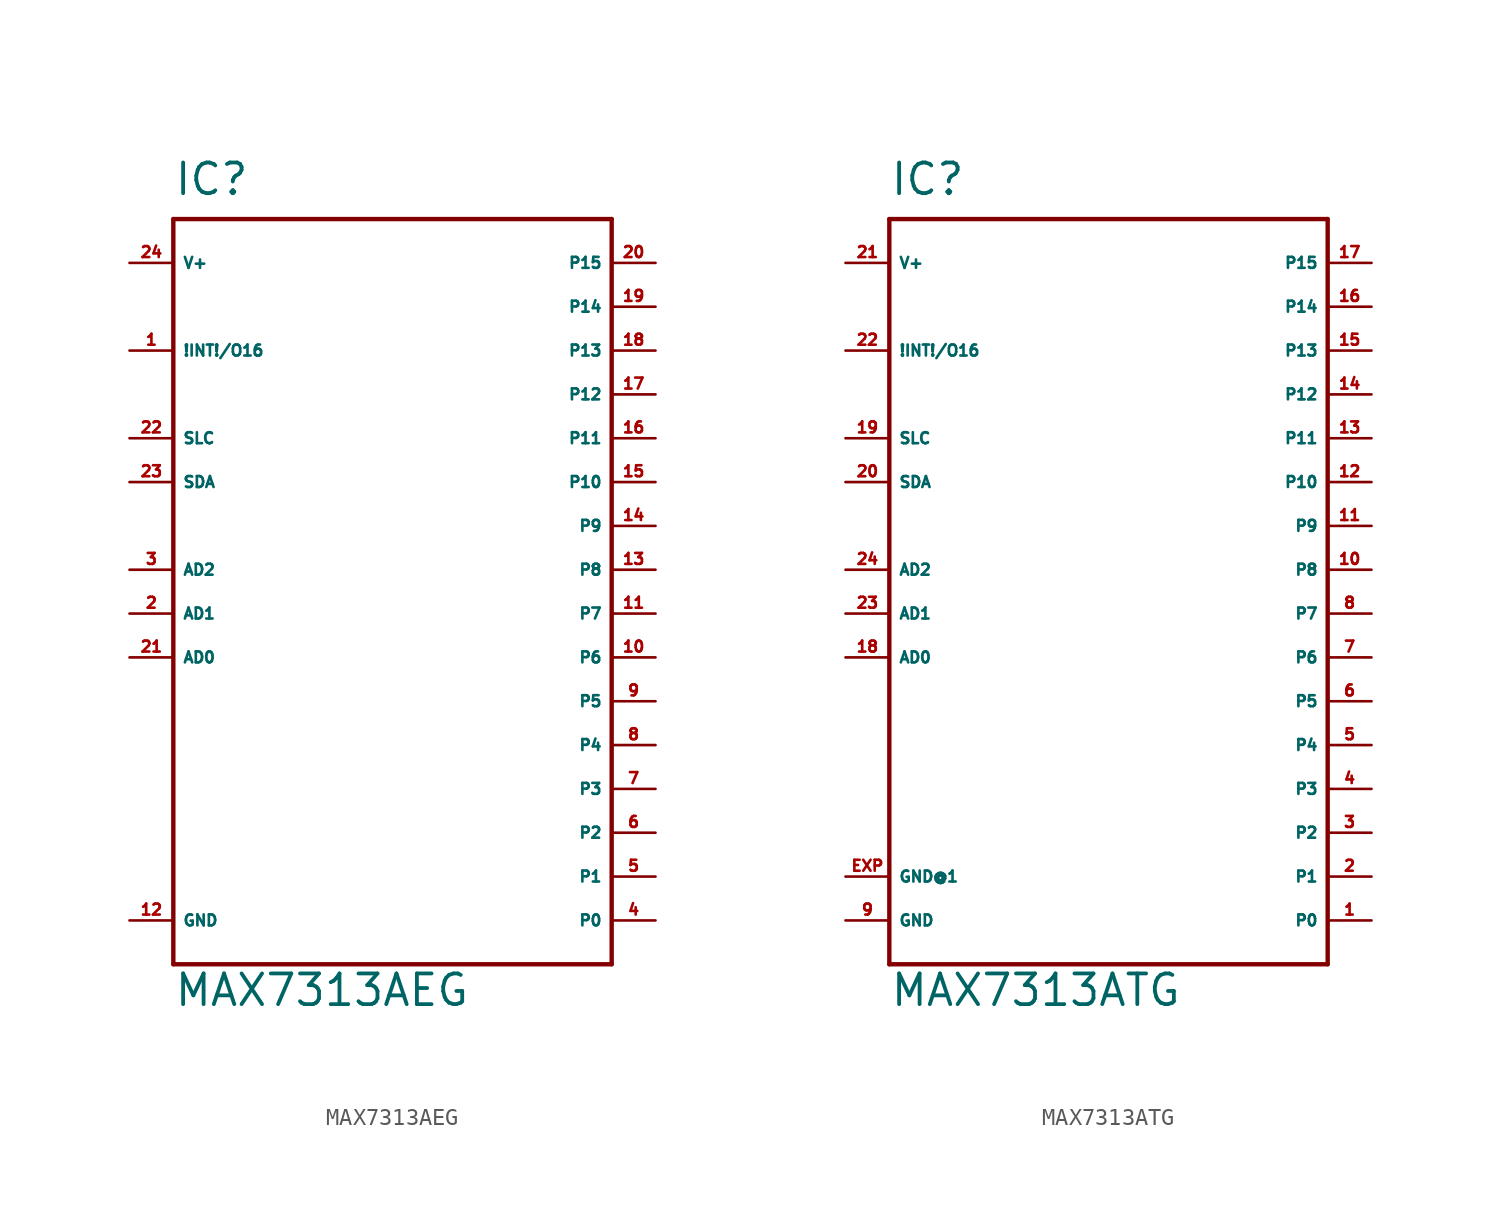
<source format=kicad_sym>
(kicad_symbol_lib
  (version 20220914)
  (generator Eagle2Kicad)
  (symbol "MAX7313AEG"
    (property "Reference" "IC"
      (at -12.7 21.59 0)
      (effects (font (size 1.778 1.778) (thickness 0.22)) (justify left bottom)))
    (property "Value" "MAX7313AEG"
      (at -12.7 -25.4 0)
      (effects (font (size 1.778 1.778) (thickness 0.22)) (justify left bottom)))
    (polyline
      (pts (xy -12.7 20.32) (xy 12.7 20.32))
      (stroke (width 0.254) (type default))
      (fill (type none)))
    (polyline
      (pts (xy 12.7 20.32) (xy 12.7 -22.86))
      (stroke (width 0.254) (type default))
      (fill (type none)))
    (polyline
      (pts (xy 12.7 -22.86) (xy -12.7 -22.86))
      (stroke (width 0.254) (type default))
      (fill (type none)))
    (polyline
      (pts (xy -12.7 -22.86) (xy -12.7 20.32))
      (stroke (width 0.254) (type default))
      (fill (type none)))
    (pin input line
      (at -15.24 7.62 0)
      (length 2.54)
      (name "SLC" (effects (font (size 0.635 0.635) (thickness 0.08)) (justify left bottom)))
      (number "22" (effects (font (size 0.635 0.635) (thickness 0.08)) (justify left bottom))))
    (pin bidirectional line
      (at -15.24 5.08 0)
      (length 2.54)
      (name "SDA" (effects (font (size 0.635 0.635) (thickness 0.08)) (justify left bottom)))
      (number "23" (effects (font (size 0.635 0.635) (thickness 0.08)) (justify left bottom))))
    (pin open_collector line
      (at -15.24 12.7 0)
      (length 2.54)
      (name "!INT!/O16" (effects (font (size 0.635 0.635) (thickness 0.08)) (justify left bottom)))
      (number "1" (effects (font (size 0.635 0.635) (thickness 0.08)) (justify left bottom))))
    (pin input line
      (at -15.24 -5.08 0)
      (length 2.54)
      (name "AD0" (effects (font (size 0.635 0.635) (thickness 0.08)) (justify left bottom)))
      (number "21" (effects (font (size 0.635 0.635) (thickness 0.08)) (justify left bottom))))
    (pin input line
      (at -15.24 -2.54 0)
      (length 2.54)
      (name "AD1" (effects (font (size 0.635 0.635) (thickness 0.08)) (justify left bottom)))
      (number "2" (effects (font (size 0.635 0.635) (thickness 0.08)) (justify left bottom))))
    (pin input line
      (at -15.24 0 0)
      (length 2.54)
      (name "AD2" (effects (font (size 0.635 0.635) (thickness 0.08)) (justify left bottom)))
      (number "3" (effects (font (size 0.635 0.635) (thickness 0.08)) (justify left bottom))))
    (pin bidirectional line
      (at 15.24 -20.32 180)
      (length 2.54)
      (name "P0" (effects (font (size 0.635 0.635) (thickness 0.08)) (justify left bottom)))
      (number "4" (effects (font (size 0.635 0.635) (thickness 0.08)) (justify left bottom))))
    (pin bidirectional line
      (at 15.24 -17.78 180)
      (length 2.54)
      (name "P1" (effects (font (size 0.635 0.635) (thickness 0.08)) (justify left bottom)))
      (number "5" (effects (font (size 0.635 0.635) (thickness 0.08)) (justify left bottom))))
    (pin bidirectional line
      (at 15.24 -15.24 180)
      (length 2.54)
      (name "P2" (effects (font (size 0.635 0.635) (thickness 0.08)) (justify left bottom)))
      (number "6" (effects (font (size 0.635 0.635) (thickness 0.08)) (justify left bottom))))
    (pin bidirectional line
      (at 15.24 -12.7 180)
      (length 2.54)
      (name "P3" (effects (font (size 0.635 0.635) (thickness 0.08)) (justify left bottom)))
      (number "7" (effects (font (size 0.635 0.635) (thickness 0.08)) (justify left bottom))))
    (pin bidirectional line
      (at 15.24 -10.16 180)
      (length 2.54)
      (name "P4" (effects (font (size 0.635 0.635) (thickness 0.08)) (justify left bottom)))
      (number "8" (effects (font (size 0.635 0.635) (thickness 0.08)) (justify left bottom))))
    (pin bidirectional line
      (at 15.24 -7.62 180)
      (length 2.54)
      (name "P5" (effects (font (size 0.635 0.635) (thickness 0.08)) (justify left bottom)))
      (number "9" (effects (font (size 0.635 0.635) (thickness 0.08)) (justify left bottom))))
    (pin bidirectional line
      (at 15.24 -5.08 180)
      (length 2.54)
      (name "P6" (effects (font (size 0.635 0.635) (thickness 0.08)) (justify left bottom)))
      (number "10" (effects (font (size 0.635 0.635) (thickness 0.08)) (justify left bottom))))
    (pin bidirectional line
      (at 15.24 -2.54 180)
      (length 2.54)
      (name "P7" (effects (font (size 0.635 0.635) (thickness 0.08)) (justify left bottom)))
      (number "11" (effects (font (size 0.635 0.635) (thickness 0.08)) (justify left bottom))))
    (pin bidirectional line
      (at 15.24 0 180)
      (length 2.54)
      (name "P8" (effects (font (size 0.635 0.635) (thickness 0.08)) (justify left bottom)))
      (number "13" (effects (font (size 0.635 0.635) (thickness 0.08)) (justify left bottom))))
    (pin bidirectional line
      (at 15.24 2.54 180)
      (length 2.54)
      (name "P9" (effects (font (size 0.635 0.635) (thickness 0.08)) (justify left bottom)))
      (number "14" (effects (font (size 0.635 0.635) (thickness 0.08)) (justify left bottom))))
    (pin bidirectional line
      (at 15.24 5.08 180)
      (length 2.54)
      (name "P10" (effects (font (size 0.635 0.635) (thickness 0.08)) (justify left bottom)))
      (number "15" (effects (font (size 0.635 0.635) (thickness 0.08)) (justify left bottom))))
    (pin bidirectional line
      (at 15.24 7.62 180)
      (length 2.54)
      (name "P11" (effects (font (size 0.635 0.635) (thickness 0.08)) (justify left bottom)))
      (number "16" (effects (font (size 0.635 0.635) (thickness 0.08)) (justify left bottom))))
    (pin bidirectional line
      (at 15.24 10.16 180)
      (length 2.54)
      (name "P12" (effects (font (size 0.635 0.635) (thickness 0.08)) (justify left bottom)))
      (number "17" (effects (font (size 0.635 0.635) (thickness 0.08)) (justify left bottom))))
    (pin bidirectional line
      (at 15.24 12.7 180)
      (length 2.54)
      (name "P13" (effects (font (size 0.635 0.635) (thickness 0.08)) (justify left bottom)))
      (number "18" (effects (font (size 0.635 0.635) (thickness 0.08)) (justify left bottom))))
    (pin bidirectional line
      (at 15.24 15.24 180)
      (length 2.54)
      (name "P14" (effects (font (size 0.635 0.635) (thickness 0.08)) (justify left bottom)))
      (number "19" (effects (font (size 0.635 0.635) (thickness 0.08)) (justify left bottom))))
    (pin bidirectional line
      (at 15.24 17.78 180)
      (length 2.54)
      (name "P15" (effects (font (size 0.635 0.635) (thickness 0.08)) (justify left bottom)))
      (number "20" (effects (font (size 0.635 0.635) (thickness 0.08)) (justify left bottom))))
    (pin unspecified line
      (at -15.24 -20.32 0)
      (length 2.54)
      (name "GND" (effects (font (size 0.635 0.635) (thickness 0.08)) (justify left bottom)))
      (number "12" (effects (font (size 0.635 0.635) (thickness 0.08)) (justify left bottom))))
    (pin unspecified line
      (at -15.24 17.78 0)
      (length 2.54)
      (name "V+" (effects (font (size 0.635 0.635) (thickness 0.08)) (justify left bottom)))
      (number "24" (effects (font (size 0.635 0.635) (thickness 0.08)) (justify left bottom)))))
  (symbol "MAX7313ATG"
    (property "Reference" "IC"
      (at -12.7 21.59 0)
      (effects (font (size 1.778 1.778) (thickness 0.22)) (justify left bottom)))
    (property "Value" "MAX7313ATG"
      (at -12.7 -25.4 0)
      (effects (font (size 1.778 1.778) (thickness 0.22)) (justify left bottom)))
    (polyline
      (pts (xy -12.7 20.32) (xy 12.7 20.32))
      (stroke (width 0.254) (type default))
      (fill (type none)))
    (polyline
      (pts (xy 12.7 20.32) (xy 12.7 -22.86))
      (stroke (width 0.254) (type default))
      (fill (type none)))
    (polyline
      (pts (xy 12.7 -22.86) (xy -12.7 -22.86))
      (stroke (width 0.254) (type default))
      (fill (type none)))
    (polyline
      (pts (xy -12.7 -22.86) (xy -12.7 20.32))
      (stroke (width 0.254) (type default))
      (fill (type none)))
    (pin input line
      (at -15.24 7.62 0)
      (length 2.54)
      (name "SLC" (effects (font (size 0.635 0.635) (thickness 0.08)) (justify left bottom)))
      (number "19" (effects (font (size 0.635 0.635) (thickness 0.08)) (justify left bottom))))
    (pin bidirectional line
      (at -15.24 5.08 0)
      (length 2.54)
      (name "SDA" (effects (font (size 0.635 0.635) (thickness 0.08)) (justify left bottom)))
      (number "20" (effects (font (size 0.635 0.635) (thickness 0.08)) (justify left bottom))))
    (pin open_collector line
      (at -15.24 12.7 0)
      (length 2.54)
      (name "!INT!/O16" (effects (font (size 0.635 0.635) (thickness 0.08)) (justify left bottom)))
      (number "22" (effects (font (size 0.635 0.635) (thickness 0.08)) (justify left bottom))))
    (pin input line
      (at -15.24 -5.08 0)
      (length 2.54)
      (name "AD0" (effects (font (size 0.635 0.635) (thickness 0.08)) (justify left bottom)))
      (number "18" (effects (font (size 0.635 0.635) (thickness 0.08)) (justify left bottom))))
    (pin input line
      (at -15.24 -2.54 0)
      (length 2.54)
      (name "AD1" (effects (font (size 0.635 0.635) (thickness 0.08)) (justify left bottom)))
      (number "23" (effects (font (size 0.635 0.635) (thickness 0.08)) (justify left bottom))))
    (pin input line
      (at -15.24 0 0)
      (length 2.54)
      (name "AD2" (effects (font (size 0.635 0.635) (thickness 0.08)) (justify left bottom)))
      (number "24" (effects (font (size 0.635 0.635) (thickness 0.08)) (justify left bottom))))
    (pin bidirectional line
      (at 15.24 -20.32 180)
      (length 2.54)
      (name "P0" (effects (font (size 0.635 0.635) (thickness 0.08)) (justify left bottom)))
      (number "1" (effects (font (size 0.635 0.635) (thickness 0.08)) (justify left bottom))))
    (pin bidirectional line
      (at 15.24 -17.78 180)
      (length 2.54)
      (name "P1" (effects (font (size 0.635 0.635) (thickness 0.08)) (justify left bottom)))
      (number "2" (effects (font (size 0.635 0.635) (thickness 0.08)) (justify left bottom))))
    (pin bidirectional line
      (at 15.24 -15.24 180)
      (length 2.54)
      (name "P2" (effects (font (size 0.635 0.635) (thickness 0.08)) (justify left bottom)))
      (number "3" (effects (font (size 0.635 0.635) (thickness 0.08)) (justify left bottom))))
    (pin bidirectional line
      (at 15.24 -12.7 180)
      (length 2.54)
      (name "P3" (effects (font (size 0.635 0.635) (thickness 0.08)) (justify left bottom)))
      (number "4" (effects (font (size 0.635 0.635) (thickness 0.08)) (justify left bottom))))
    (pin bidirectional line
      (at 15.24 -10.16 180)
      (length 2.54)
      (name "P4" (effects (font (size 0.635 0.635) (thickness 0.08)) (justify left bottom)))
      (number "5" (effects (font (size 0.635 0.635) (thickness 0.08)) (justify left bottom))))
    (pin bidirectional line
      (at 15.24 -7.62 180)
      (length 2.54)
      (name "P5" (effects (font (size 0.635 0.635) (thickness 0.08)) (justify left bottom)))
      (number "6" (effects (font (size 0.635 0.635) (thickness 0.08)) (justify left bottom))))
    (pin bidirectional line
      (at 15.24 -5.08 180)
      (length 2.54)
      (name "P6" (effects (font (size 0.635 0.635) (thickness 0.08)) (justify left bottom)))
      (number "7" (effects (font (size 0.635 0.635) (thickness 0.08)) (justify left bottom))))
    (pin bidirectional line
      (at 15.24 -2.54 180)
      (length 2.54)
      (name "P7" (effects (font (size 0.635 0.635) (thickness 0.08)) (justify left bottom)))
      (number "8" (effects (font (size 0.635 0.635) (thickness 0.08)) (justify left bottom))))
    (pin bidirectional line
      (at 15.24 0 180)
      (length 2.54)
      (name "P8" (effects (font (size 0.635 0.635) (thickness 0.08)) (justify left bottom)))
      (number "10" (effects (font (size 0.635 0.635) (thickness 0.08)) (justify left bottom))))
    (pin bidirectional line
      (at 15.24 2.54 180)
      (length 2.54)
      (name "P9" (effects (font (size 0.635 0.635) (thickness 0.08)) (justify left bottom)))
      (number "11" (effects (font (size 0.635 0.635) (thickness 0.08)) (justify left bottom))))
    (pin bidirectional line
      (at 15.24 5.08 180)
      (length 2.54)
      (name "P10" (effects (font (size 0.635 0.635) (thickness 0.08)) (justify left bottom)))
      (number "12" (effects (font (size 0.635 0.635) (thickness 0.08)) (justify left bottom))))
    (pin bidirectional line
      (at 15.24 7.62 180)
      (length 2.54)
      (name "P11" (effects (font (size 0.635 0.635) (thickness 0.08)) (justify left bottom)))
      (number "13" (effects (font (size 0.635 0.635) (thickness 0.08)) (justify left bottom))))
    (pin bidirectional line
      (at 15.24 10.16 180)
      (length 2.54)
      (name "P12" (effects (font (size 0.635 0.635) (thickness 0.08)) (justify left bottom)))
      (number "14" (effects (font (size 0.635 0.635) (thickness 0.08)) (justify left bottom))))
    (pin bidirectional line
      (at 15.24 12.7 180)
      (length 2.54)
      (name "P13" (effects (font (size 0.635 0.635) (thickness 0.08)) (justify left bottom)))
      (number "15" (effects (font (size 0.635 0.635) (thickness 0.08)) (justify left bottom))))
    (pin bidirectional line
      (at 15.24 15.24 180)
      (length 2.54)
      (name "P14" (effects (font (size 0.635 0.635) (thickness 0.08)) (justify left bottom)))
      (number "16" (effects (font (size 0.635 0.635) (thickness 0.08)) (justify left bottom))))
    (pin bidirectional line
      (at 15.24 17.78 180)
      (length 2.54)
      (name "P15" (effects (font (size 0.635 0.635) (thickness 0.08)) (justify left bottom)))
      (number "17" (effects (font (size 0.635 0.635) (thickness 0.08)) (justify left bottom))))
    (pin unspecified line
      (at -15.24 -20.32 0)
      (length 2.54)
      (name "GND" (effects (font (size 0.635 0.635) (thickness 0.08)) (justify left bottom)))
      (number "9" (effects (font (size 0.635 0.635) (thickness 0.08)) (justify left bottom))))
    (pin unspecified line
      (at -15.24 17.78 0)
      (length 2.54)
      (name "V+" (effects (font (size 0.635 0.635) (thickness 0.08)) (justify left bottom)))
      (number "21" (effects (font (size 0.635 0.635) (thickness 0.08)) (justify left bottom))))
    (pin unspecified line
      (at -15.24 -17.78 0)
      (length 2.54)
      (name "GND@1" (effects (font (size 0.635 0.635) (thickness 0.08)) (justify left bottom)))
      (number "EXP" (effects (font (size 0.635 0.635) (thickness 0.08)) (justify left bottom))))))
</source>
